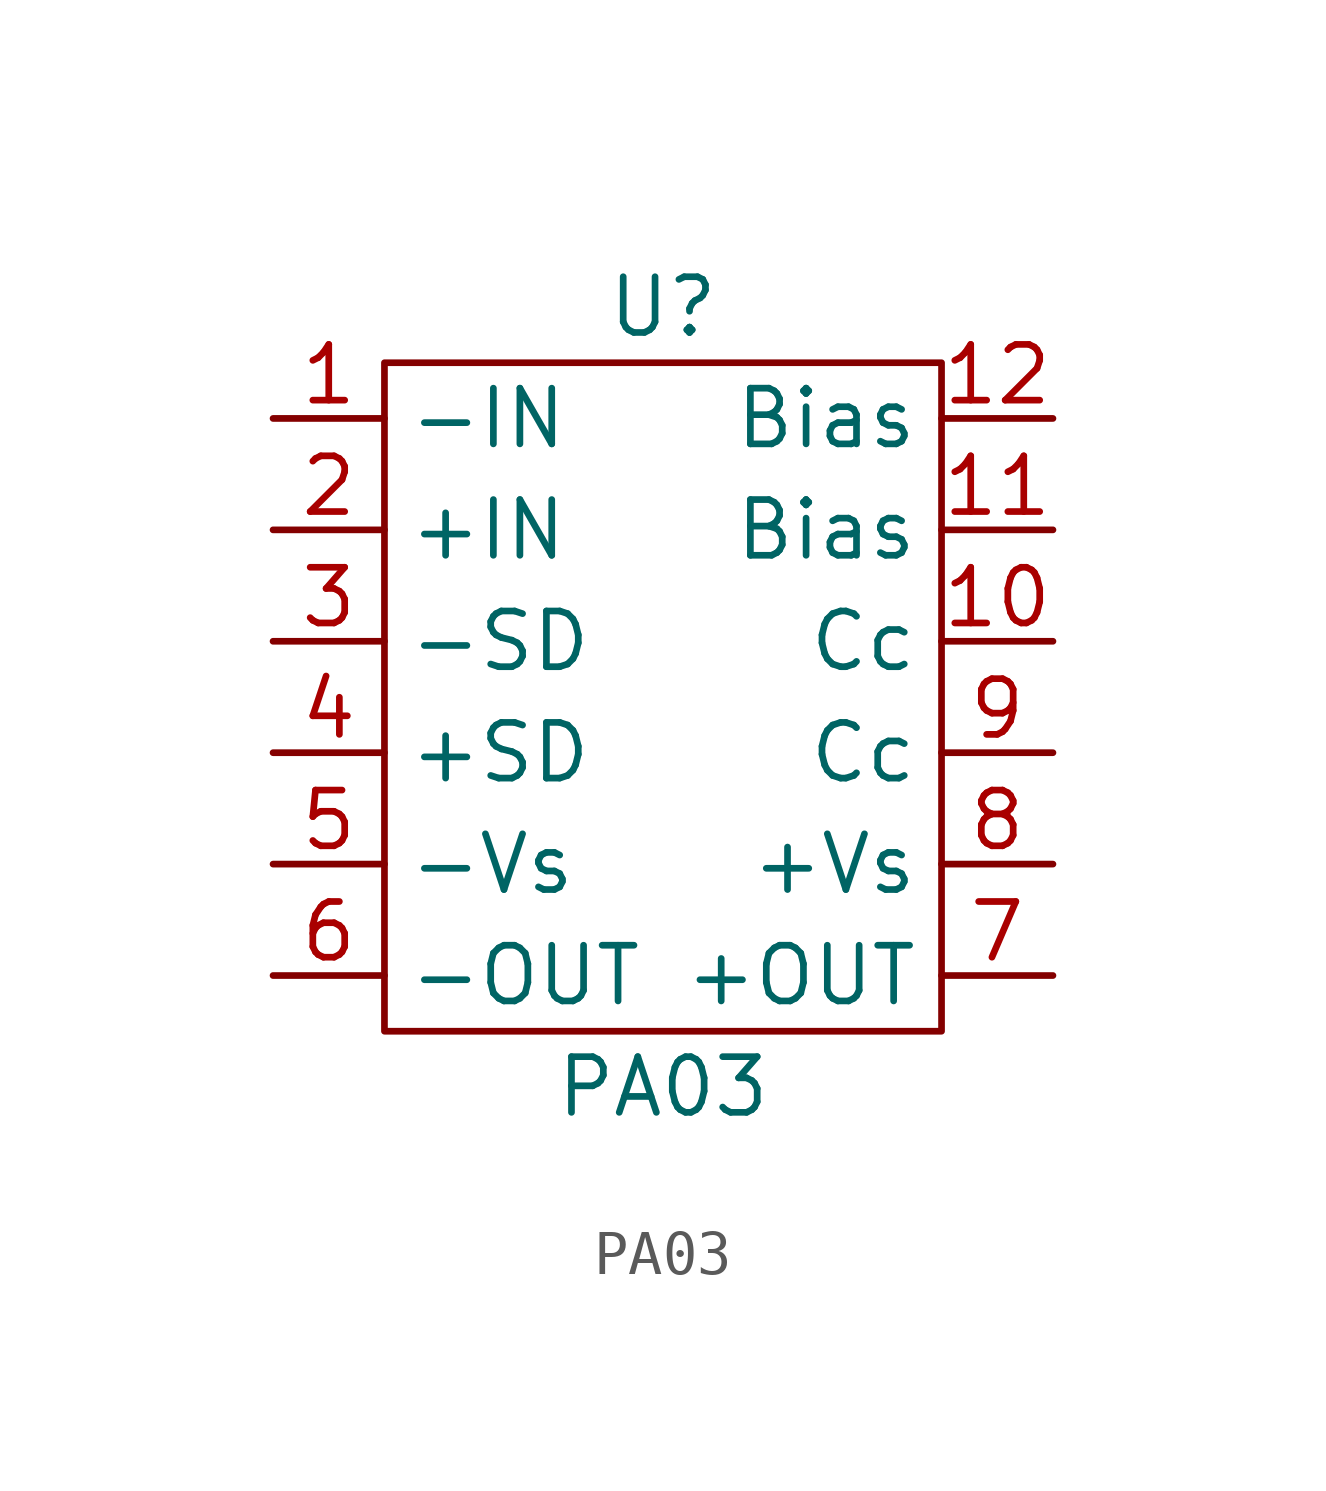
<source format=kicad_sym>
(kicad_symbol_lib
  (version 20231120)
  (generator "kicad_symbol_editor")
  (generator_version "8.0")
  (symbol "PA03"
    (property "Reference" "U"
      (at 0 1.27 0)
      (effects (font (size 1.27 1.27))))
    (property "Value" "PA03"
      (at 0 -16.51 0)
      (effects (font (size 1.27 1.27))))
    (symbol "PA03_0_1"
      (rectangle (start -6.35 0) (end 6.35 -15.24) (stroke (width 0) (type default)) (fill (type none))))
    (symbol "PA03_1_1"
      (pin input line (at -8.89 -1.27 0) (length 2.54) (name "-IN" (effects (font (size 1.27 1.27)))) (number "1" (effects (font (size 1.27 1.27)))))
      (pin unspecified line (at 8.89 -6.35 180) (length 2.54) (name "Cc" (effects (font (size 1.27 1.27)))) (number "10" (effects (font (size 1.27 1.27)))))
      (pin unspecified line (at 8.89 -3.81 180) (length 2.54) (name "Bias" (effects (font (size 1.27 1.27)))) (number "11" (effects (font (size 1.27 1.27)))))
      (pin unspecified line (at 8.89 -1.27 180) (length 2.54) (name "Bias" (effects (font (size 1.27 1.27)))) (number "12" (effects (font (size 1.27 1.27)))))
      (pin input line (at -8.89 -3.81 0) (length 2.54) (name "+IN" (effects (font (size 1.27 1.27)))) (number "2" (effects (font (size 1.27 1.27)))))
      (pin input line (at -8.89 -6.35 0) (length 2.54) (name "-SD" (effects (font (size 1.27 1.27)))) (number "3" (effects (font (size 1.27 1.27)))))
      (pin input line (at -8.89 -8.89 0) (length 2.54) (name "+SD" (effects (font (size 1.27 1.27)))) (number "4" (effects (font (size 1.27 1.27)))))
      (pin power_in line (at -8.89 -11.43 0) (length 2.54) (name "-Vs" (effects (font (size 1.27 1.27)))) (number "5" (effects (font (size 1.27 1.27)))))
      (pin output line (at -8.89 -13.97 0) (length 2.54) (name "-OUT" (effects (font (size 1.27 1.27)))) (number "6" (effects (font (size 1.27 1.27)))))
      (pin output line (at 8.89 -13.97 180) (length 2.54) (name "+OUT" (effects (font (size 1.27 1.27)))) (number "7" (effects (font (size 1.27 1.27)))))
      (pin power_in line (at 8.89 -11.43 180) (length 2.54) (name "+Vs" (effects (font (size 1.27 1.27)))) (number "8" (effects (font (size 1.27 1.27)))))
      (pin unspecified line (at 8.89 -8.89 180) (length 2.54) (name "Cc" (effects (font (size 1.27 1.27)))) (number "9" (effects (font (size 1.27 1.27))))))))
</source>
